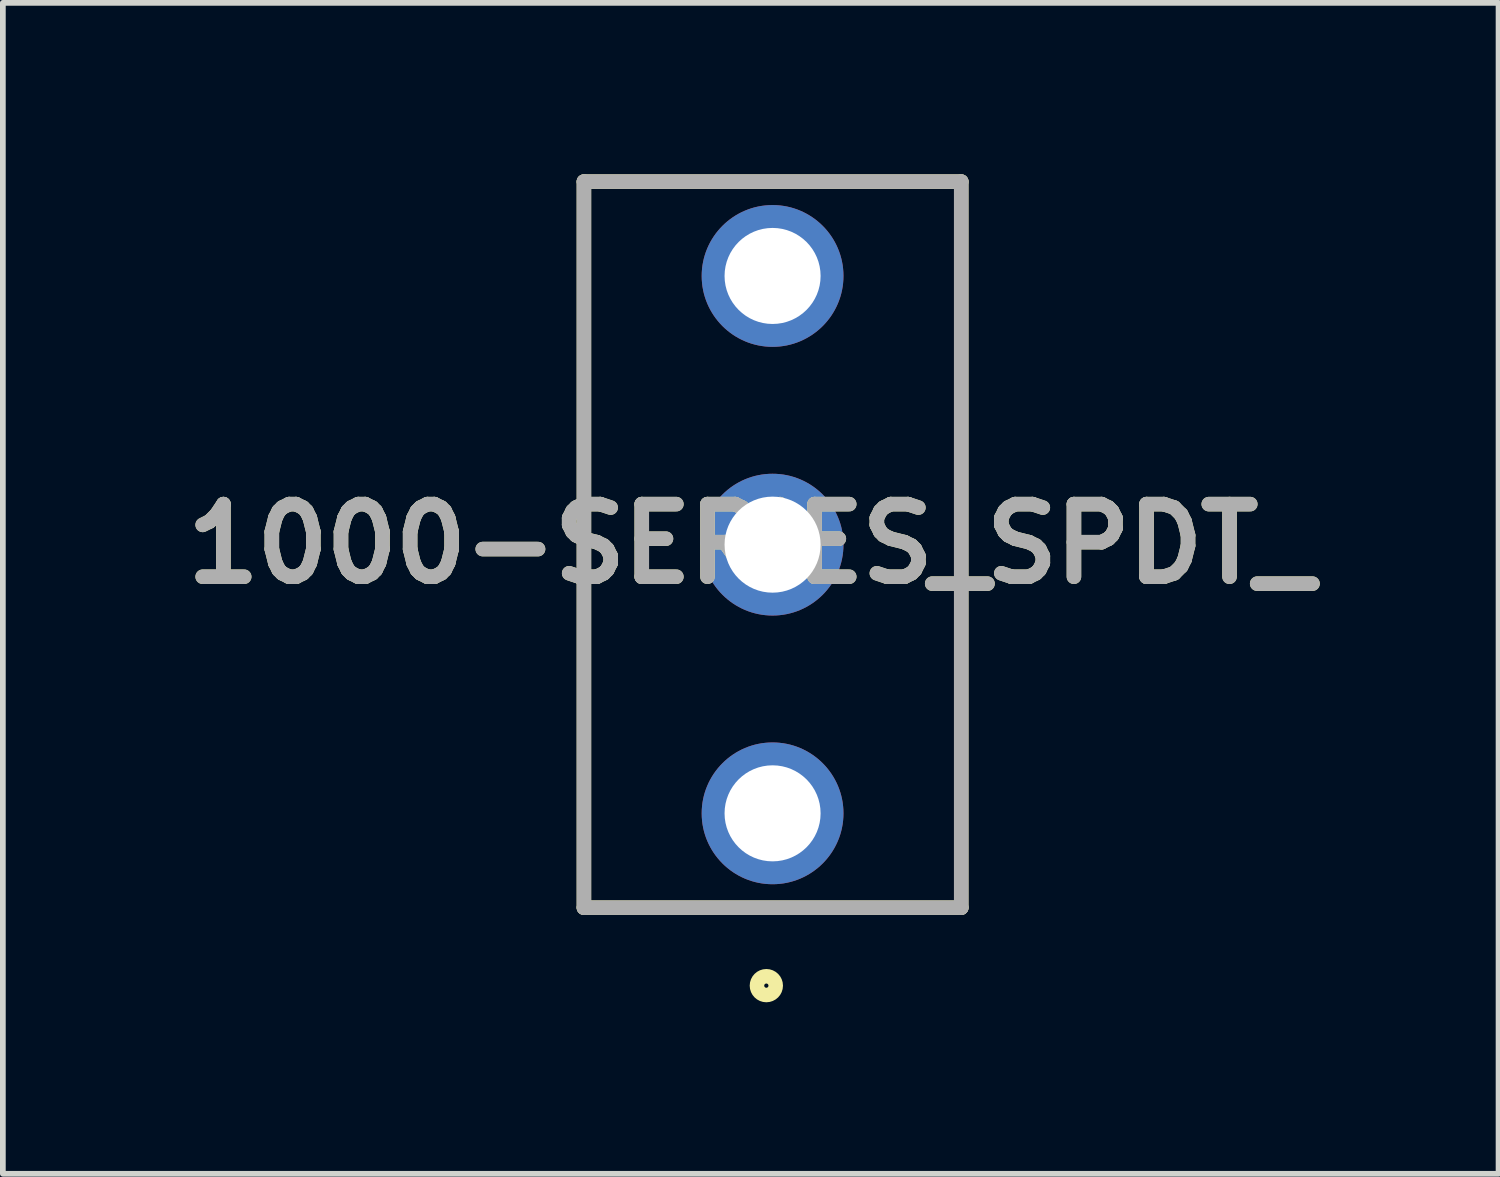
<source format=kicad_pcb>
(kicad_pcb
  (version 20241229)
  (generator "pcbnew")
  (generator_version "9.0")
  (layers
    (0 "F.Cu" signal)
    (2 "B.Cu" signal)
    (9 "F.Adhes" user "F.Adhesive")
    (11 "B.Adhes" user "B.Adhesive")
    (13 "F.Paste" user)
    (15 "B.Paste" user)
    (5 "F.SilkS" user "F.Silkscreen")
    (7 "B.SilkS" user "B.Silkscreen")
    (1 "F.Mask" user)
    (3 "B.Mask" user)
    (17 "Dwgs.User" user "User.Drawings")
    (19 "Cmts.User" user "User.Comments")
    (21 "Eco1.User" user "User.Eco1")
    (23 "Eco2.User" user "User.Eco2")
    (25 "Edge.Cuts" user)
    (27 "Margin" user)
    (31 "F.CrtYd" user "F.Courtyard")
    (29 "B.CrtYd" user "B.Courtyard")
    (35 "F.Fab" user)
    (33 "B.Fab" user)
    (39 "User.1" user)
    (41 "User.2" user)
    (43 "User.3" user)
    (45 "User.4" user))
  (footprint "1000-SERIES_SPDT_"
    (layer "F.Cu")
    (at 10.464 6.477)
    (property "Reference" "1000-SERIES_SPDT_" (at -0.383 -0.013 0) (layer "F.SilkS") (effects (font (size 1.27 1.27) (thickness 0.254))))
    (attr through_hole)
    (fp_line (start -3.3 -6.35) (end 3.3 -6.35) (stroke (width 0.254) (type solid)) (layer "F.SilkS"))
    (fp_line (start -3.3 6.35) (end -3.3 -6.35) (stroke (width 0.254) (type solid)) (layer "F.SilkS"))
    (fp_line (start 3.3 -6.35) (end 3.3 6.35) (stroke (width 0.254) (type solid)) (layer "F.SilkS"))
    (fp_line (start 3.3 6.35) (end -3.3 6.35) (stroke (width 0.254) (type solid)) (layer "F.SilkS"))
    (fp_circle (center -0.109 7.714) (end -0.109 7.878) (stroke (width 0.254) (type solid)) (fill no) (layer "F.SilkS"))
    (fp_line (start -3.3 -6.35) (end 3.3 -6.35) (stroke (width 0.254) (type solid)) (layer "F.Fab"))
    (fp_line (start -3.3 6.35) (end -3.3 -6.35) (stroke (width 0.254) (type solid)) (layer "F.Fab"))
    (fp_line (start 3.3 -6.35) (end 3.3 6.35) (stroke (width 0.254) (type solid)) (layer "F.Fab"))
    (fp_line (start 3.3 6.35) (end -3.3 6.35) (stroke (width 0.254) (type solid)) (layer "F.Fab"))
    (fp_text user "${REFERENCE}" (at -0.383 -0.013 0) (layer "F.Fab") (effects (font (size 1.27 1.27) (thickness 0.254))))
    (pad "1" thru_hole circle (at 0 4.7) (size 2.48 2.48) (drill 1.68) (layers "*.Cu" "*.Mask"))
    (pad "2" thru_hole circle (at 0 0) (size 2.48 2.48) (drill 1.68) (layers "*.Cu" "*.Mask"))
    (pad "3" thru_hole circle (at 0 -4.7) (size 2.48 2.48) (drill 1.68) (layers "*.Cu" "*.Mask")))
  (gr_rect
    (start -3 -3)
    (end 23.163 17.482)
    (stroke (width 0.1) (type default))
    (fill no)
    (layer "Edge.Cuts")))
</source>
